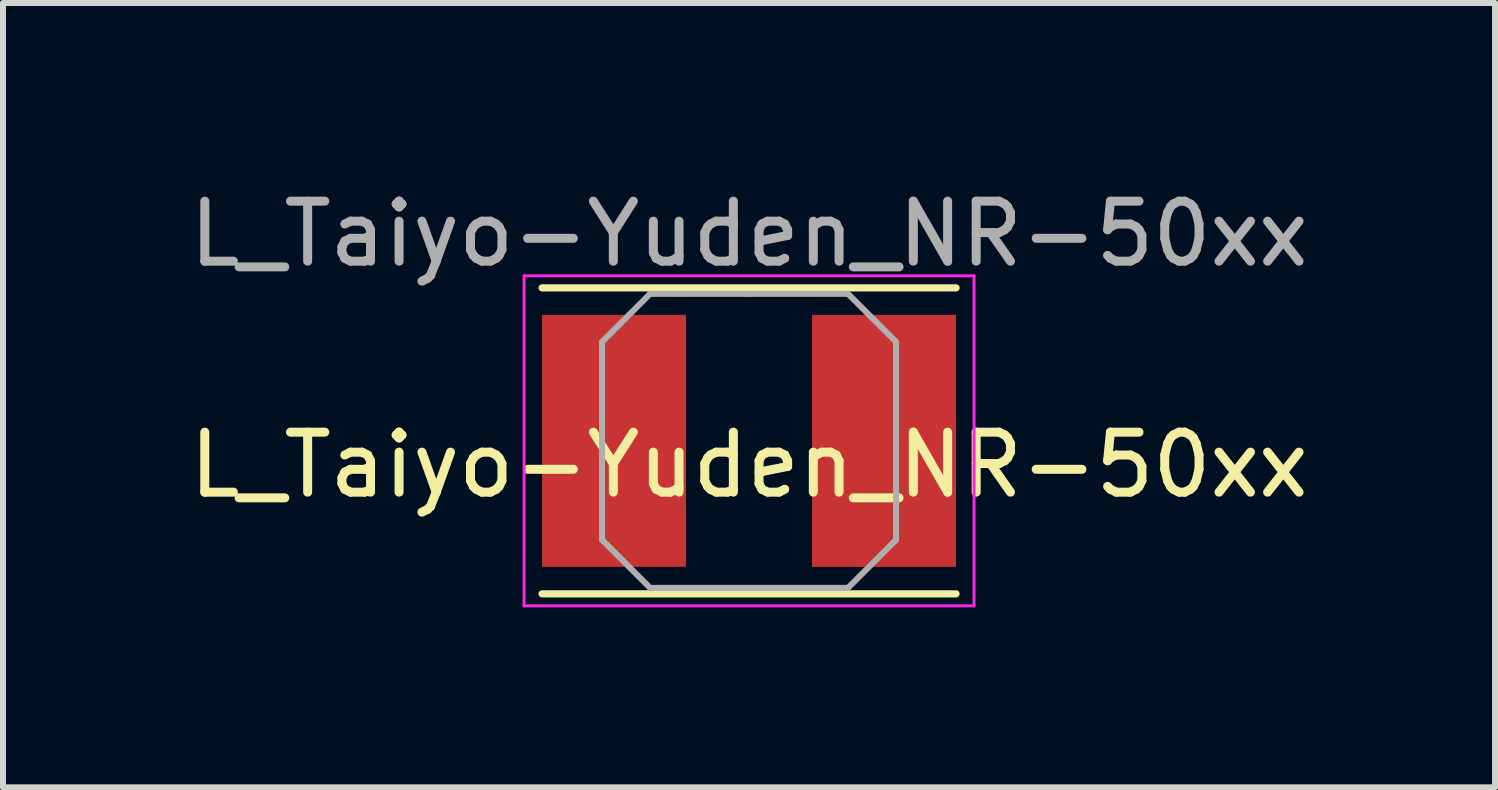
<source format=kicad_pcb>
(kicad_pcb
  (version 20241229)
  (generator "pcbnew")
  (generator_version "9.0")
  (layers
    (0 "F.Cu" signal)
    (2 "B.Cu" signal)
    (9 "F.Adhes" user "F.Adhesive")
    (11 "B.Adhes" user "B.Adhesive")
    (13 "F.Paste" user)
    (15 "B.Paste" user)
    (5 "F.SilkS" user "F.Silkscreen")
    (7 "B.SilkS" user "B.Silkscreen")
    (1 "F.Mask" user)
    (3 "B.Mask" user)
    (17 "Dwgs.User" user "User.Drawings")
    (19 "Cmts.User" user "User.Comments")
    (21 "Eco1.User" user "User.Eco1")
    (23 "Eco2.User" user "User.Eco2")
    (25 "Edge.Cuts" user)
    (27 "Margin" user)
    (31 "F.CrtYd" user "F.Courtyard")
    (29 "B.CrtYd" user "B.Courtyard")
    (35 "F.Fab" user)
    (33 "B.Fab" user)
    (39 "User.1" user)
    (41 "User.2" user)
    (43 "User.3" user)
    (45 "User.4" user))
  (footprint "L_Taiyo-Yuden_NR-50xx"
    (layer "F.Cu")
    (at 9.435 4.198)
    (property "Reference" "L_Taiyo-Yuden_NR-50xx" (at 0 0.5 0) (layer "F.SilkS") (effects (font (size 1 1) (thickness 0.15))))
    (attr through_hole)
    (fp_line (start -3.45 -2.45) (end 3.45 -2.45) (stroke (width 0.12) (type solid)) (layer "F.SilkS"))
    (fp_line (start -3.45 2.65) (end 3.45 2.65) (stroke (width 0.12) (type solid)) (layer "F.SilkS"))
    (fp_line (start -3.75 -2.65) (end -3.75 2.85) (stroke (width 0.05) (type solid)) (layer "F.CrtYd"))
    (fp_line (start -3.75 2.85) (end 3.75 2.85) (stroke (width 0.05) (type solid)) (layer "F.CrtYd"))
    (fp_line (start 3.75 -2.65) (end -3.75 -2.65) (stroke (width 0.05) (type solid)) (layer "F.CrtYd"))
    (fp_line (start 3.75 2.85) (end 3.75 -2.65) (stroke (width 0.05) (type solid)) (layer "F.CrtYd"))
    (fp_line (start -2.45 -1.55) (end -1.65 -2.35) (stroke (width 0.1) (type solid)) (layer "F.Fab"))
    (fp_line (start -2.45 0.1) (end -2.45 -1.55) (stroke (width 0.1) (type solid)) (layer "F.Fab"))
    (fp_line (start -2.45 0.1) (end -2.45 1.75) (stroke (width 0.1) (type solid)) (layer "F.Fab"))
    (fp_line (start -2.45 1.75) (end -1.65 2.55) (stroke (width 0.1) (type solid)) (layer "F.Fab"))
    (fp_line (start -1.65 -2.35) (end 0 -2.35) (stroke (width 0.1) (type solid)) (layer "F.Fab"))
    (fp_line (start -1.65 2.55) (end 0 2.55) (stroke (width 0.1) (type solid)) (layer "F.Fab"))
    (fp_line (start 1.65 -2.35) (end 0 -2.35) (stroke (width 0.1) (type solid)) (layer "F.Fab"))
    (fp_line (start 1.65 2.55) (end 0 2.55) (stroke (width 0.1) (type solid)) (layer "F.Fab"))
    (fp_line (start 2.45 -1.55) (end 1.65 -2.35) (stroke (width 0.1) (type solid)) (layer "F.Fab"))
    (fp_line (start 2.45 0.1) (end 2.45 -1.55) (stroke (width 0.1) (type solid)) (layer "F.Fab"))
    (fp_line (start 2.45 0.1) (end 2.45 1.75) (stroke (width 0.1) (type solid)) (layer "F.Fab"))
    (fp_line (start 2.45 1.75) (end 1.65 2.55) (stroke (width 0.1) (type solid)) (layer "F.Fab"))
    (fp_text user "${REFERENCE}" (at 0 -3.35 0) (layer "F.Fab") (effects (font (size 1 1) (thickness 0.15))))
    (pad "1" smd rect (at -2.25 0.1) (size 2.4 4.2) (layers "F.Cu" "F.Mask" "F.Paste"))
    (pad "2" smd rect (at 2.25 0.1) (size 2.4 4.2) (layers "F.Cu" "F.Mask" "F.Paste")))
  (gr_rect
    (start -3 -3)
    (end 21.869 10.073)
    (stroke (width 0.1) (type default))
    (fill no)
    (layer "Edge.Cuts")))
</source>
